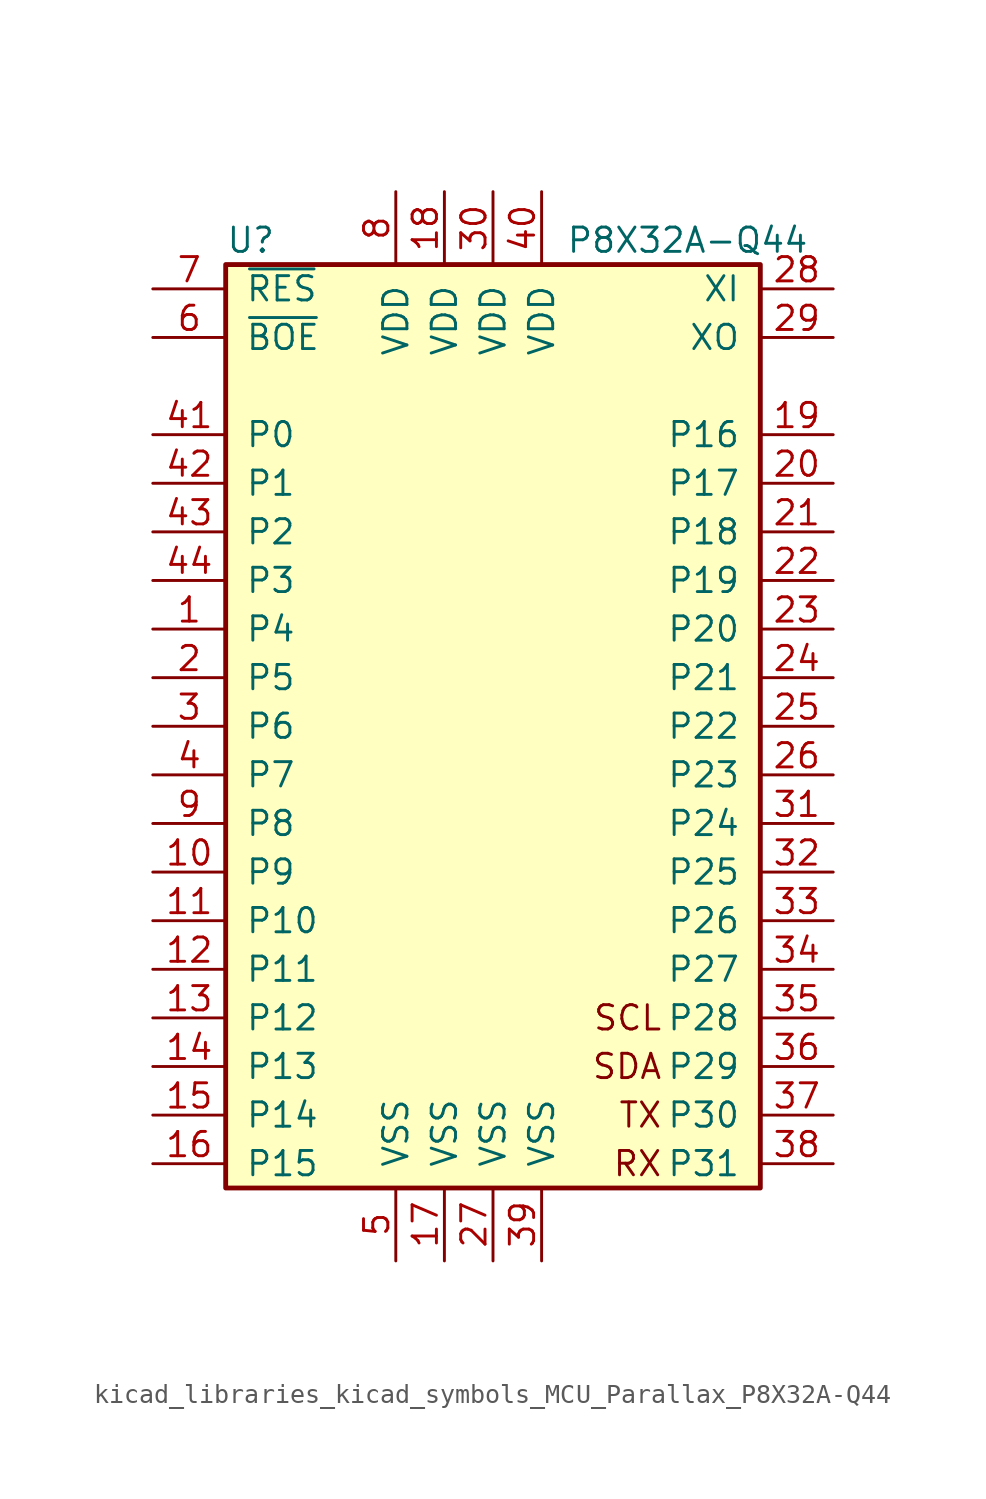
<source format=kicad_sym>
(kicad_symbol_lib
  (version 20220914)
  (generator kicad_symbol_editor)
  (symbol "kicad_libraries_kicad_symbols_MCU_Parallax_P8X32A-Q44"
    (pin_names
      (offset 1.016))
    (property "Reference" "U"
      (at -13.97 25.4 0)
      (effects (font (size 1.27 1.27)) (justify left)))
    (property "Value" "P8X32A-Q44"
      (at 3.81 25.4 0)
      (effects (font (size 1.27 1.27)) (justify left)))
    (symbol "kicad_libraries_kicad_symbols_MCU_Parallax_P8X32A-Q44_0_1"
      (rectangle (start -13.97 24.13) (end 13.97 -24.13) (stroke (width 0.254) (type default)) (fill (type background)))
      (text "RX" (at 8.89 -22.86 0) (effects (font (size 1.27 1.27)) (justify right)))
      (text "SCL" (at 8.89 -15.24 0) (effects (font (size 1.27 1.27)) (justify right)))
      (text "SDA" (at 8.89 -17.78 0) (effects (font (size 1.27 1.27)) (justify right)))
      (text "TX" (at 8.89 -20.32 0) (effects (font (size 1.27 1.27)) (justify right)))
      (pin bidirectional line (at -17.78 5.08 0) (length 3.81) (name "P4" (effects (font (size 1.27 1.27)))) (number "1" (effects (font (size 1.27 1.27)))))
      (pin bidirectional line (at -17.78 -7.62 0) (length 3.81) (name "P9" (effects (font (size 1.27 1.27)))) (number "10" (effects (font (size 1.27 1.27)))))
      (pin bidirectional line (at -17.78 -10.16 0) (length 3.81) (name "P10" (effects (font (size 1.27 1.27)))) (number "11" (effects (font (size 1.27 1.27)))))
      (pin bidirectional line (at -17.78 -12.7 0) (length 3.81) (name "P11" (effects (font (size 1.27 1.27)))) (number "12" (effects (font (size 1.27 1.27)))))
      (pin bidirectional line (at -17.78 -15.24 0) (length 3.81) (name "P12" (effects (font (size 1.27 1.27)))) (number "13" (effects (font (size 1.27 1.27)))))
      (pin bidirectional line (at -17.78 -17.78 0) (length 3.81) (name "P13" (effects (font (size 1.27 1.27)))) (number "14" (effects (font (size 1.27 1.27)))))
      (pin bidirectional line (at -17.78 -20.32 0) (length 3.81) (name "P14" (effects (font (size 1.27 1.27)))) (number "15" (effects (font (size 1.27 1.27)))))
      (pin bidirectional line (at -17.78 -22.86 0) (length 3.81) (name "P15" (effects (font (size 1.27 1.27)))) (number "16" (effects (font (size 1.27 1.27)))))
      (pin power_in line (at -2.54 -27.94 90) (length 3.81) (name "VSS" (effects (font (size 1.27 1.27)))) (number "17" (effects (font (size 1.27 1.27)))))
      (pin power_in line (at -2.54 27.94 270) (length 3.81) (name "VDD" (effects (font (size 1.27 1.27)))) (number "18" (effects (font (size 1.27 1.27)))))
      (pin bidirectional line (at 17.78 15.24 180) (length 3.81) (name "P16" (effects (font (size 1.27 1.27)))) (number "19" (effects (font (size 1.27 1.27)))))
      (pin bidirectional line (at -17.78 2.54 0) (length 3.81) (name "P5" (effects (font (size 1.27 1.27)))) (number "2" (effects (font (size 1.27 1.27)))))
      (pin bidirectional line (at 17.78 12.7 180) (length 3.81) (name "P17" (effects (font (size 1.27 1.27)))) (number "20" (effects (font (size 1.27 1.27)))))
      (pin bidirectional line (at 17.78 10.16 180) (length 3.81) (name "P18" (effects (font (size 1.27 1.27)))) (number "21" (effects (font (size 1.27 1.27)))))
      (pin bidirectional line (at 17.78 7.62 180) (length 3.81) (name "P19" (effects (font (size 1.27 1.27)))) (number "22" (effects (font (size 1.27 1.27)))))
      (pin bidirectional line (at 17.78 5.08 180) (length 3.81) (name "P20" (effects (font (size 1.27 1.27)))) (number "23" (effects (font (size 1.27 1.27)))))
      (pin bidirectional line (at 17.78 2.54 180) (length 3.81) (name "P21" (effects (font (size 1.27 1.27)))) (number "24" (effects (font (size 1.27 1.27)))))
      (pin bidirectional line (at 17.78 0 180) (length 3.81) (name "P22" (effects (font (size 1.27 1.27)))) (number "25" (effects (font (size 1.27 1.27)))))
      (pin bidirectional line (at 17.78 -2.54 180) (length 3.81) (name "P23" (effects (font (size 1.27 1.27)))) (number "26" (effects (font (size 1.27 1.27)))))
      (pin power_in line (at 0 -27.94 90) (length 3.81) (name "VSS" (effects (font (size 1.27 1.27)))) (number "27" (effects (font (size 1.27 1.27)))))
      (pin input line (at 17.78 22.86 180) (length 3.81) (name "XI" (effects (font (size 1.27 1.27)))) (number "28" (effects (font (size 1.27 1.27)))))
      (pin output line (at 17.78 20.32 180) (length 3.81) (name "XO" (effects (font (size 1.27 1.27)))) (number "29" (effects (font (size 1.27 1.27)))))
      (pin bidirectional line (at -17.78 0 0) (length 3.81) (name "P6" (effects (font (size 1.27 1.27)))) (number "3" (effects (font (size 1.27 1.27)))))
      (pin power_in line (at 0 27.94 270) (length 3.81) (name "VDD" (effects (font (size 1.27 1.27)))) (number "30" (effects (font (size 1.27 1.27)))))
      (pin bidirectional line (at 17.78 -5.08 180) (length 3.81) (name "P24" (effects (font (size 1.27 1.27)))) (number "31" (effects (font (size 1.27 1.27)))))
      (pin bidirectional line (at 17.78 -7.62 180) (length 3.81) (name "P25" (effects (font (size 1.27 1.27)))) (number "32" (effects (font (size 1.27 1.27)))))
      (pin bidirectional line (at 17.78 -10.16 180) (length 3.81) (name "P26" (effects (font (size 1.27 1.27)))) (number "33" (effects (font (size 1.27 1.27)))))
      (pin bidirectional line (at 17.78 -12.7 180) (length 3.81) (name "P27" (effects (font (size 1.27 1.27)))) (number "34" (effects (font (size 1.27 1.27)))))
      (pin bidirectional line (at 17.78 -15.24 180) (length 3.81) (name "P28" (effects (font (size 1.27 1.27)))) (number "35" (effects (font (size 1.27 1.27)))))
      (pin bidirectional line (at 17.78 -17.78 180) (length 3.81) (name "P29" (effects (font (size 1.27 1.27)))) (number "36" (effects (font (size 1.27 1.27)))))
      (pin bidirectional line (at 17.78 -20.32 180) (length 3.81) (name "P30" (effects (font (size 1.27 1.27)))) (number "37" (effects (font (size 1.27 1.27)))))
      (pin bidirectional line (at 17.78 -22.86 180) (length 3.81) (name "P31" (effects (font (size 1.27 1.27)))) (number "38" (effects (font (size 1.27 1.27)))))
      (pin power_in line (at 2.54 -27.94 90) (length 3.81) (name "VSS" (effects (font (size 1.27 1.27)))) (number "39" (effects (font (size 1.27 1.27)))))
      (pin bidirectional line (at -17.78 -2.54 0) (length 3.81) (name "P7" (effects (font (size 1.27 1.27)))) (number "4" (effects (font (size 1.27 1.27)))))
      (pin power_in line (at 2.54 27.94 270) (length 3.81) (name "VDD" (effects (font (size 1.27 1.27)))) (number "40" (effects (font (size 1.27 1.27)))))
      (pin bidirectional line (at -17.78 15.24 0) (length 3.81) (name "P0" (effects (font (size 1.27 1.27)))) (number "41" (effects (font (size 1.27 1.27)))))
      (pin bidirectional line (at -17.78 12.7 0) (length 3.81) (name "P1" (effects (font (size 1.27 1.27)))) (number "42" (effects (font (size 1.27 1.27)))))
      (pin bidirectional line (at -17.78 10.16 0) (length 3.81) (name "P2" (effects (font (size 1.27 1.27)))) (number "43" (effects (font (size 1.27 1.27)))))
      (pin bidirectional line (at -17.78 7.62 0) (length 3.81) (name "P3" (effects (font (size 1.27 1.27)))) (number "44" (effects (font (size 1.27 1.27)))))
      (pin power_in line (at -5.08 -27.94 90) (length 3.81) (name "VSS" (effects (font (size 1.27 1.27)))) (number "5" (effects (font (size 1.27 1.27)))))
      (pin input line (at -17.78 20.32 0) (length 3.81) (name "~{BOE}" (effects (font (size 1.27 1.27)))) (number "6" (effects (font (size 1.27 1.27)))))
      (pin bidirectional line (at -17.78 22.86 0) (length 3.81) (name "~{RES}" (effects (font (size 1.27 1.27)))) (number "7" (effects (font (size 1.27 1.27)))))
      (pin power_in line (at -5.08 27.94 270) (length 3.81) (name "VDD" (effects (font (size 1.27 1.27)))) (number "8" (effects (font (size 1.27 1.27)))))
      (pin bidirectional line (at -17.78 -5.08 0) (length 3.81) (name "P8" (effects (font (size 1.27 1.27)))) (number "9" (effects (font (size 1.27 1.27))))))))
</source>
